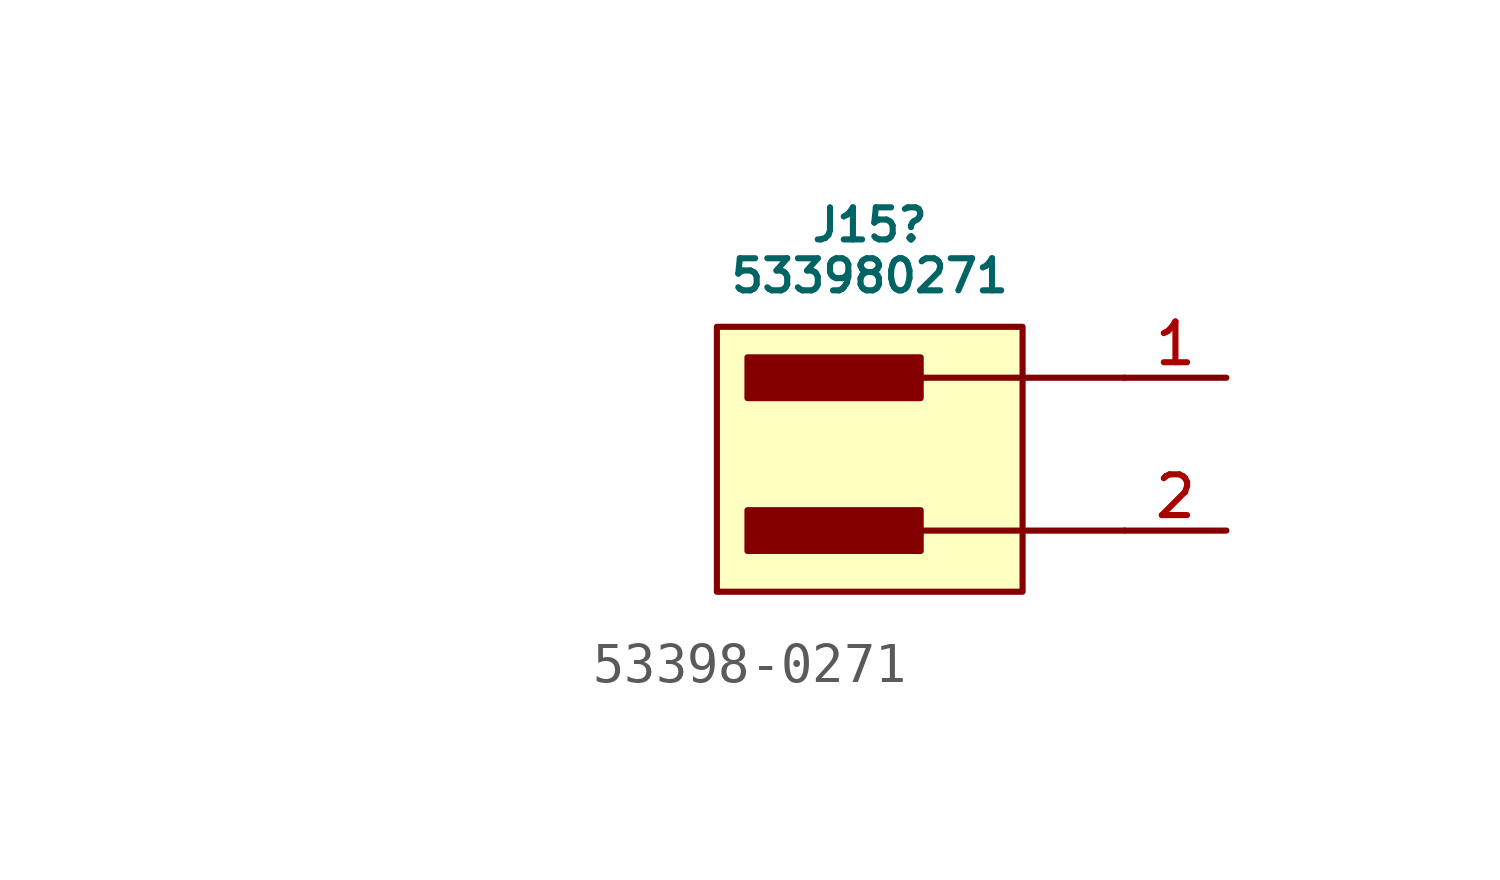
<source format=kicad_sym>
(kicad_symbol_lib
  (version 20220914)
  (generator kicad_symbol_editor)
  (symbol "53398-0271"
    (pin_names
      (offset 0))
    (property "Reference" "J15"
      (at -12.7 8.89 0)
      (do_not_autoplace)
      (effects (font (size 0.8 0.8))))
    (property "Value" "533980271"
      (at -12.7 7.62 0)
      (do_not_autoplace)
      (effects (font (size 0.8 0.8))))
    (symbol "53398-0271_1_1"
      (rectangle (start -16.51 6.35) (end -8.89 -0.254) (stroke (width 0) (type solid)) (fill (type background)))
      (rectangle (start -15.748 1.778) (end -11.43 0.762) (stroke (width 0) (type solid)) (fill (type outline)))
      (rectangle (start -15.748 5.588) (end -11.43 4.572) (stroke (width 0) (type solid)) (fill (type outline)))
      (polyline (pts (xy -11.938 1.27) (xy -6.35 1.27)) (stroke (width 0) (type solid)) (fill (type none)))
      (polyline (pts (xy -11.938 5.08) (xy -6.35 5.08)) (stroke (width 0) (type solid)) (fill (type none)))
      (pin passive line (at -3.81 5.08 180) (length 2.54) (name "" (effects (font (size 1.016 1.016)))) (number "1" (effects (font (size 1.016 1.016)))))
      (pin passive line (at -3.81 1.27 180) (length 2.54) (name "" (effects (font (size 1.016 1.016)))) (number "2" (effects (font (size 1.016 1.016)))))
      (pin no_connect line (at -25.4 5.08 180) (length 2.54) hide (name "MNT_1" (effects (font (size 1.016 1.016)))) (number "3" (effects (font (size 1.016 1.016)))))
      (pin no_connect line (at -25.4 1.27 180) (length 2.54) hide (name "MNT_2" (effects (font (size 1.016 1.016)))) (number "4" (effects (font (size 1.016 1.016))))))))
</source>
